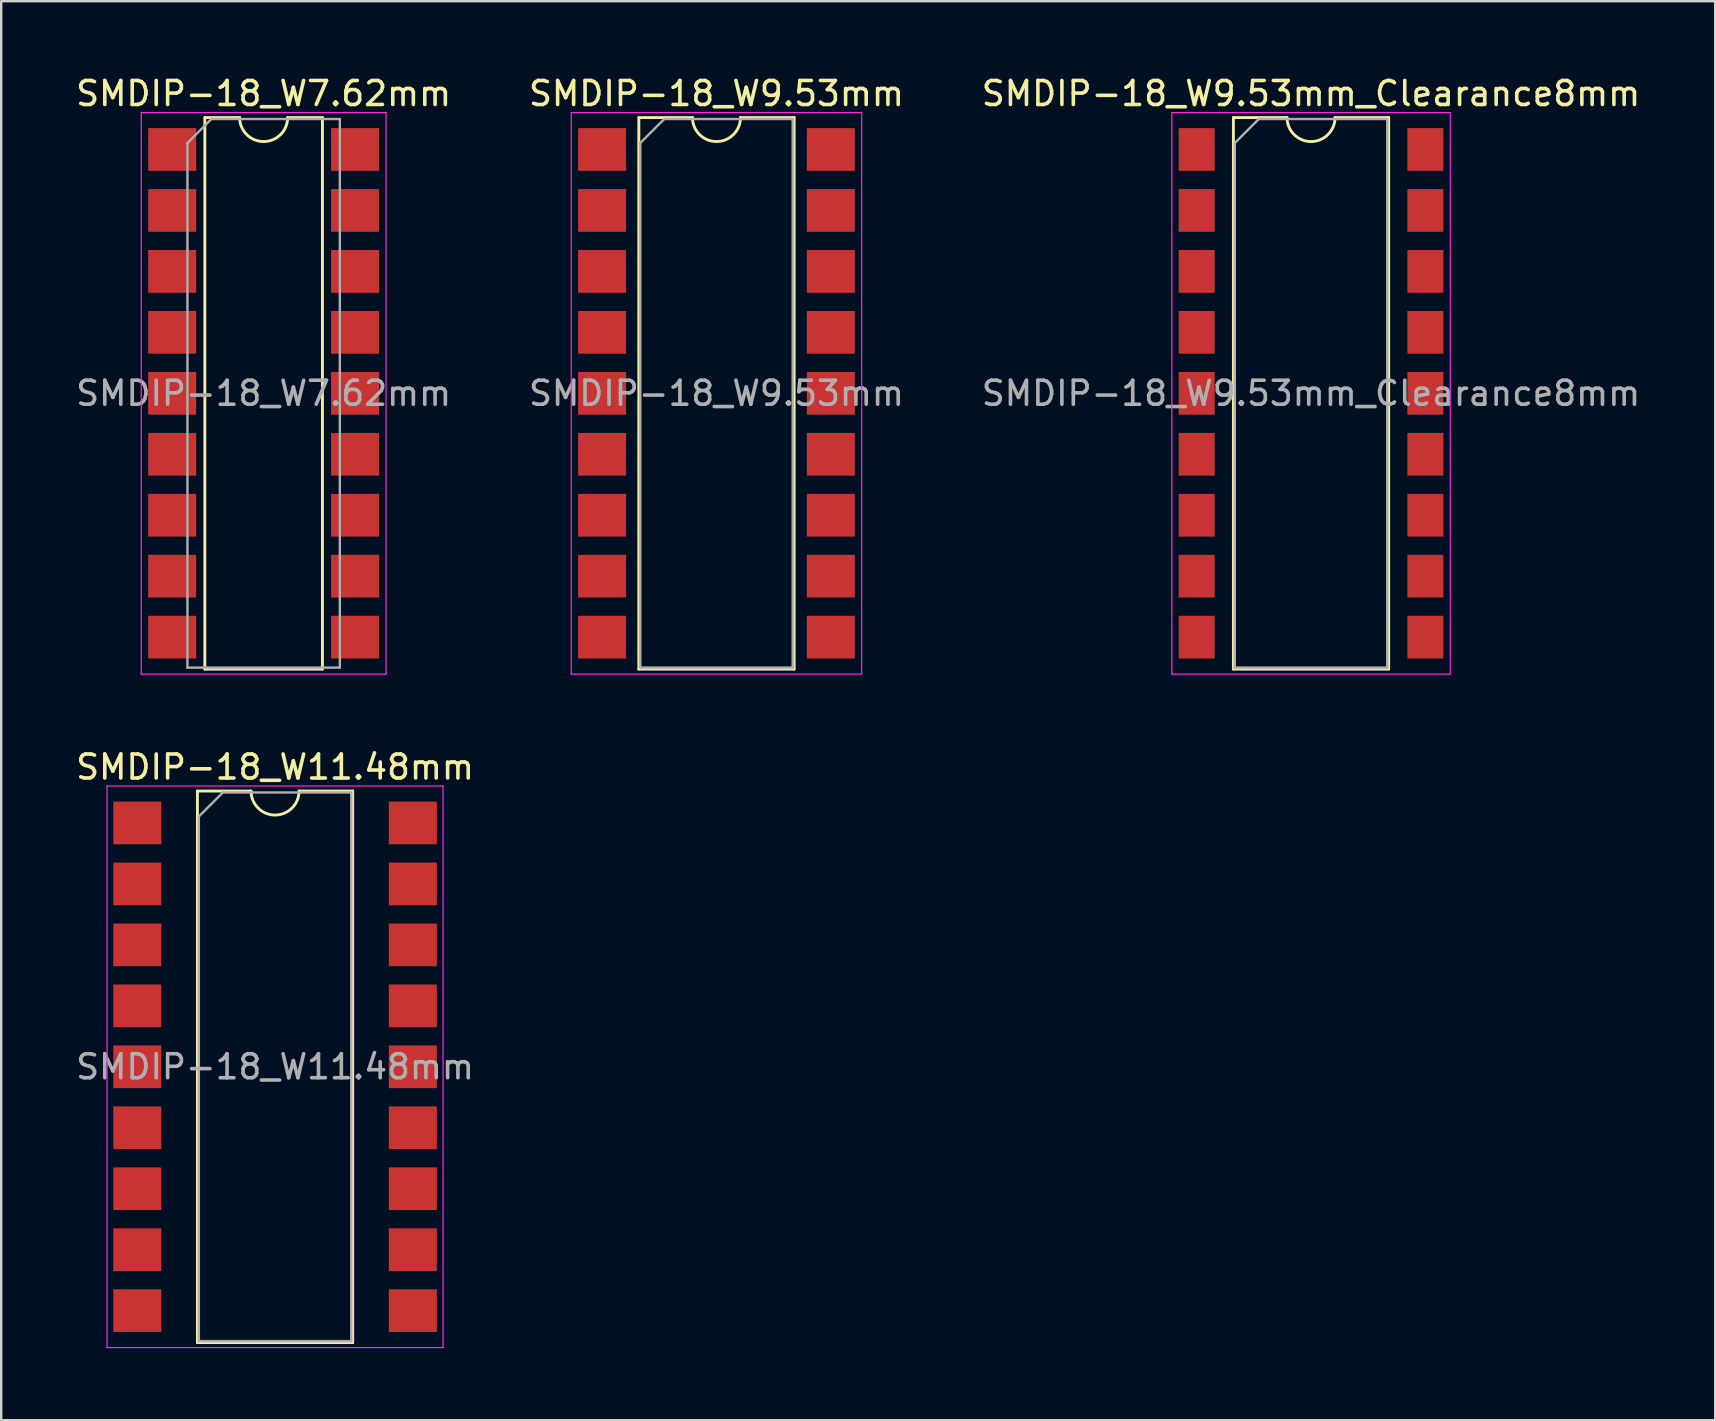
<source format=kicad_pcb>
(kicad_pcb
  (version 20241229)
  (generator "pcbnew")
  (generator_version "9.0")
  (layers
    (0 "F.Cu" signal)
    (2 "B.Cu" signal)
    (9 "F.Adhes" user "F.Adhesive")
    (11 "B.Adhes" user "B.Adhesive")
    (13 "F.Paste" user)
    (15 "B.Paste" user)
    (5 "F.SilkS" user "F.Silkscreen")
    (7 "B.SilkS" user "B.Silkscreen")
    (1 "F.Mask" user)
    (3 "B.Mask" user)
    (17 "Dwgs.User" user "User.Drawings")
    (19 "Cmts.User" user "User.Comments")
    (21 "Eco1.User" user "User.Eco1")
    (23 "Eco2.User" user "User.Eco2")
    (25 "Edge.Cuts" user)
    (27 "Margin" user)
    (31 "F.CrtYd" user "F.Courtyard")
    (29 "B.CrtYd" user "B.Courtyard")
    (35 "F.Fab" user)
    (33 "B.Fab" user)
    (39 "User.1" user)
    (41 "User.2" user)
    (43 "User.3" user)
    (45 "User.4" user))
  (footprint "SMDIP-18_W7.62mm"
    (layer "F.Cu")
    (at 7.935 13.338)
    (property "Reference" "SMDIP-18_W7.62mm" (at 0 -12.49 0) (layer "F.SilkS") (effects (font (size 1 1) (thickness 0.15))))
    (attr smd)
    (fp_line (start -2.45 -11.49) (end -2.45 11.49) (stroke (width 0.12) (type solid)) (layer "F.SilkS"))
    (fp_line (start -2.45 11.49) (end 2.45 11.49) (stroke (width 0.12) (type solid)) (layer "F.SilkS"))
    (fp_line (start -1 -11.49) (end -2.45 -11.49) (stroke (width 0.12) (type solid)) (layer "F.SilkS"))
    (fp_line (start 2.45 -11.49) (end 1 -11.49) (stroke (width 0.12) (type solid)) (layer "F.SilkS"))
    (fp_line (start 2.45 11.49) (end 2.45 -11.49) (stroke (width 0.12) (type solid)) (layer "F.SilkS"))
    (fp_arc (start 1 -11.49) (mid 0 -10.49) (end -1 -11.49) (stroke (width 0.12) (type solid)) (layer "F.SilkS"))
    (fp_line (start -5.1 -11.7) (end -5.1 11.7) (stroke (width 0.05) (type solid)) (layer "F.CrtYd"))
    (fp_line (start -5.1 11.7) (end 5.1 11.7) (stroke (width 0.05) (type solid)) (layer "F.CrtYd"))
    (fp_line (start 5.1 -11.7) (end -5.1 -11.7) (stroke (width 0.05) (type solid)) (layer "F.CrtYd"))
    (fp_line (start 5.1 11.7) (end 5.1 -11.7) (stroke (width 0.05) (type solid)) (layer "F.CrtYd"))
    (fp_line (start -3.175 -10.43) (end -2.175 -11.43) (stroke (width 0.1) (type solid)) (layer "F.Fab"))
    (fp_line (start -3.175 11.43) (end -3.175 -10.43) (stroke (width 0.1) (type solid)) (layer "F.Fab"))
    (fp_line (start -2.175 -11.43) (end 3.175 -11.43) (stroke (width 0.1) (type solid)) (layer "F.Fab"))
    (fp_line (start 3.175 -11.43) (end 3.175 11.43) (stroke (width 0.1) (type solid)) (layer "F.Fab"))
    (fp_line (start 3.175 11.43) (end -3.175 11.43) (stroke (width 0.1) (type solid)) (layer "F.Fab"))
    (fp_text user "${REFERENCE}" (at 0 0 0) (layer "F.Fab") (effects (font (size 1 1) (thickness 0.15))))
    (pad "1" smd rect (at -3.81 -10.16) (size 2 1.78) (layers "F.Cu" "F.Mask" "F.Paste"))
    (pad "2" smd rect (at -3.81 -7.62) (size 2 1.78) (layers "F.Cu" "F.Mask" "F.Paste"))
    (pad "3" smd rect (at -3.81 -5.08) (size 2 1.78) (layers "F.Cu" "F.Mask" "F.Paste"))
    (pad "4" smd rect (at -3.81 -2.54) (size 2 1.78) (layers "F.Cu" "F.Mask" "F.Paste"))
    (pad "5" smd rect (at -3.81 0) (size 2 1.78) (layers "F.Cu" "F.Mask" "F.Paste"))
    (pad "6" smd rect (at -3.81 2.54) (size 2 1.78) (layers "F.Cu" "F.Mask" "F.Paste"))
    (pad "7" smd rect (at -3.81 5.08) (size 2 1.78) (layers "F.Cu" "F.Mask" "F.Paste"))
    (pad "8" smd rect (at -3.81 7.62) (size 2 1.78) (layers "F.Cu" "F.Mask" "F.Paste"))
    (pad "9" smd rect (at -3.81 10.16) (size 2 1.78) (layers "F.Cu" "F.Mask" "F.Paste"))
    (pad "10" smd rect (at 3.81 10.16) (size 2 1.78) (layers "F.Cu" "F.Mask" "F.Paste"))
    (pad "11" smd rect (at 3.81 7.62) (size 2 1.78) (layers "F.Cu" "F.Mask" "F.Paste"))
    (pad "12" smd rect (at 3.81 5.08) (size 2 1.78) (layers "F.Cu" "F.Mask" "F.Paste"))
    (pad "13" smd rect (at 3.81 2.54) (size 2 1.78) (layers "F.Cu" "F.Mask" "F.Paste"))
    (pad "14" smd rect (at 3.81 0) (size 2 1.78) (layers "F.Cu" "F.Mask" "F.Paste"))
    (pad "15" smd rect (at 3.81 -2.54) (size 2 1.78) (layers "F.Cu" "F.Mask" "F.Paste"))
    (pad "16" smd rect (at 3.81 -5.08) (size 2 1.78) (layers "F.Cu" "F.Mask" "F.Paste"))
    (pad "17" smd rect (at 3.81 -7.62) (size 2 1.78) (layers "F.Cu" "F.Mask" "F.Paste"))
    (pad "18" smd rect (at 3.81 -10.16) (size 2 1.78) (layers "F.Cu" "F.Mask" "F.Paste")))
  (footprint "SMDIP-18_W9.53mm"
    (layer "F.Cu")
    (at 26.804 13.338)
    (property "Reference" "SMDIP-18_W9.53mm" (at 0 -12.49 0) (layer "F.SilkS") (effects (font (size 1 1) (thickness 0.15))))
    (attr smd)
    (fp_line (start -3.235 -11.49) (end -3.235 11.49) (stroke (width 0.12) (type solid)) (layer "F.SilkS"))
    (fp_line (start -3.235 11.49) (end 3.235 11.49) (stroke (width 0.12) (type solid)) (layer "F.SilkS"))
    (fp_line (start -1 -11.49) (end -3.235 -11.49) (stroke (width 0.12) (type solid)) (layer "F.SilkS"))
    (fp_line (start 3.235 -11.49) (end 1 -11.49) (stroke (width 0.12) (type solid)) (layer "F.SilkS"))
    (fp_line (start 3.235 11.49) (end 3.235 -11.49) (stroke (width 0.12) (type solid)) (layer "F.SilkS"))
    (fp_arc (start 1 -11.49) (mid 0 -10.49) (end -1 -11.49) (stroke (width 0.12) (type solid)) (layer "F.SilkS"))
    (fp_line (start -6.05 -11.7) (end -6.05 11.7) (stroke (width 0.05) (type solid)) (layer "F.CrtYd"))
    (fp_line (start -6.05 11.7) (end 6.05 11.7) (stroke (width 0.05) (type solid)) (layer "F.CrtYd"))
    (fp_line (start 6.05 -11.7) (end -6.05 -11.7) (stroke (width 0.05) (type solid)) (layer "F.CrtYd"))
    (fp_line (start 6.05 11.7) (end 6.05 -11.7) (stroke (width 0.05) (type solid)) (layer "F.CrtYd"))
    (fp_line (start -3.175 -10.43) (end -2.175 -11.43) (stroke (width 0.1) (type solid)) (layer "F.Fab"))
    (fp_line (start -3.175 11.43) (end -3.175 -10.43) (stroke (width 0.1) (type solid)) (layer "F.Fab"))
    (fp_line (start -2.175 -11.43) (end 3.175 -11.43) (stroke (width 0.1) (type solid)) (layer "F.Fab"))
    (fp_line (start 3.175 -11.43) (end 3.175 11.43) (stroke (width 0.1) (type solid)) (layer "F.Fab"))
    (fp_line (start 3.175 11.43) (end -3.175 11.43) (stroke (width 0.1) (type solid)) (layer "F.Fab"))
    (fp_text user "${REFERENCE}" (at 0 0 0) (layer "F.Fab") (effects (font (size 1 1) (thickness 0.15))))
    (pad "1" smd rect (at -4.765 -10.16) (size 2 1.78) (layers "F.Cu" "F.Mask" "F.Paste"))
    (pad "2" smd rect (at -4.765 -7.62) (size 2 1.78) (layers "F.Cu" "F.Mask" "F.Paste"))
    (pad "3" smd rect (at -4.765 -5.08) (size 2 1.78) (layers "F.Cu" "F.Mask" "F.Paste"))
    (pad "4" smd rect (at -4.765 -2.54) (size 2 1.78) (layers "F.Cu" "F.Mask" "F.Paste"))
    (pad "5" smd rect (at -4.765 0) (size 2 1.78) (layers "F.Cu" "F.Mask" "F.Paste"))
    (pad "6" smd rect (at -4.765 2.54) (size 2 1.78) (layers "F.Cu" "F.Mask" "F.Paste"))
    (pad "7" smd rect (at -4.765 5.08) (size 2 1.78) (layers "F.Cu" "F.Mask" "F.Paste"))
    (pad "8" smd rect (at -4.765 7.62) (size 2 1.78) (layers "F.Cu" "F.Mask" "F.Paste"))
    (pad "9" smd rect (at -4.765 10.16) (size 2 1.78) (layers "F.Cu" "F.Mask" "F.Paste"))
    (pad "10" smd rect (at 4.765 10.16) (size 2 1.78) (layers "F.Cu" "F.Mask" "F.Paste"))
    (pad "11" smd rect (at 4.765 7.62) (size 2 1.78) (layers "F.Cu" "F.Mask" "F.Paste"))
    (pad "12" smd rect (at 4.765 5.08) (size 2 1.78) (layers "F.Cu" "F.Mask" "F.Paste"))
    (pad "13" smd rect (at 4.765 2.54) (size 2 1.78) (layers "F.Cu" "F.Mask" "F.Paste"))
    (pad "14" smd rect (at 4.765 0) (size 2 1.78) (layers "F.Cu" "F.Mask" "F.Paste"))
    (pad "15" smd rect (at 4.765 -2.54) (size 2 1.78) (layers "F.Cu" "F.Mask" "F.Paste"))
    (pad "16" smd rect (at 4.765 -5.08) (size 2 1.78) (layers "F.Cu" "F.Mask" "F.Paste"))
    (pad "17" smd rect (at 4.765 -7.62) (size 2 1.78) (layers "F.Cu" "F.Mask" "F.Paste"))
    (pad "18" smd rect (at 4.765 -10.16) (size 2 1.78) (layers "F.Cu" "F.Mask" "F.Paste")))
  (footprint "SMDIP-18_W11.48mm"
    (layer "F.Cu")
    (at 8.411 41.401)
    (property "Reference" "SMDIP-18_W11.48mm" (at 0 -12.49 0) (layer "F.SilkS") (effects (font (size 1 1) (thickness 0.15))))
    (attr smd)
    (fp_line (start -3.235 -11.49) (end -3.235 11.49) (stroke (width 0.12) (type solid)) (layer "F.SilkS"))
    (fp_line (start -3.235 11.49) (end 3.235 11.49) (stroke (width 0.12) (type solid)) (layer "F.SilkS"))
    (fp_line (start -1 -11.49) (end -3.235 -11.49) (stroke (width 0.12) (type solid)) (layer "F.SilkS"))
    (fp_line (start 3.235 -11.49) (end 1 -11.49) (stroke (width 0.12) (type solid)) (layer "F.SilkS"))
    (fp_line (start 3.235 11.49) (end 3.235 -11.49) (stroke (width 0.12) (type solid)) (layer "F.SilkS"))
    (fp_arc (start 1 -11.49) (mid 0 -10.49) (end -1 -11.49) (stroke (width 0.12) (type solid)) (layer "F.SilkS"))
    (fp_line (start -7 -11.7) (end -7 11.7) (stroke (width 0.05) (type solid)) (layer "F.CrtYd"))
    (fp_line (start -7 11.7) (end 7 11.7) (stroke (width 0.05) (type solid)) (layer "F.CrtYd"))
    (fp_line (start 7 -11.7) (end -7 -11.7) (stroke (width 0.05) (type solid)) (layer "F.CrtYd"))
    (fp_line (start 7 11.7) (end 7 -11.7) (stroke (width 0.05) (type solid)) (layer "F.CrtYd"))
    (fp_line (start -3.175 -10.43) (end -2.175 -11.43) (stroke (width 0.1) (type solid)) (layer "F.Fab"))
    (fp_line (start -3.175 11.43) (end -3.175 -10.43) (stroke (width 0.1) (type solid)) (layer "F.Fab"))
    (fp_line (start -2.175 -11.43) (end 3.175 -11.43) (stroke (width 0.1) (type solid)) (layer "F.Fab"))
    (fp_line (start 3.175 -11.43) (end 3.175 11.43) (stroke (width 0.1) (type solid)) (layer "F.Fab"))
    (fp_line (start 3.175 11.43) (end -3.175 11.43) (stroke (width 0.1) (type solid)) (layer "F.Fab"))
    (fp_text user "${REFERENCE}" (at 0 0 0) (layer "F.Fab") (effects (font (size 1 1) (thickness 0.15))))
    (pad "1" smd rect (at -5.74 -10.16) (size 2 1.78) (layers "F.Cu" "F.Mask" "F.Paste"))
    (pad "2" smd rect (at -5.74 -7.62) (size 2 1.78) (layers "F.Cu" "F.Mask" "F.Paste"))
    (pad "3" smd rect (at -5.74 -5.08) (size 2 1.78) (layers "F.Cu" "F.Mask" "F.Paste"))
    (pad "4" smd rect (at -5.74 -2.54) (size 2 1.78) (layers "F.Cu" "F.Mask" "F.Paste"))
    (pad "5" smd rect (at -5.74 0) (size 2 1.78) (layers "F.Cu" "F.Mask" "F.Paste"))
    (pad "6" smd rect (at -5.74 2.54) (size 2 1.78) (layers "F.Cu" "F.Mask" "F.Paste"))
    (pad "7" smd rect (at -5.74 5.08) (size 2 1.78) (layers "F.Cu" "F.Mask" "F.Paste"))
    (pad "8" smd rect (at -5.74 7.62) (size 2 1.78) (layers "F.Cu" "F.Mask" "F.Paste"))
    (pad "9" smd rect (at -5.74 10.16) (size 2 1.78) (layers "F.Cu" "F.Mask" "F.Paste"))
    (pad "10" smd rect (at 5.74 10.16) (size 2 1.78) (layers "F.Cu" "F.Mask" "F.Paste"))
    (pad "11" smd rect (at 5.74 7.62) (size 2 1.78) (layers "F.Cu" "F.Mask" "F.Paste"))
    (pad "12" smd rect (at 5.74 5.08) (size 2 1.78) (layers "F.Cu" "F.Mask" "F.Paste"))
    (pad "13" smd rect (at 5.74 2.54) (size 2 1.78) (layers "F.Cu" "F.Mask" "F.Paste"))
    (pad "14" smd rect (at 5.74 0) (size 2 1.78) (layers "F.Cu" "F.Mask" "F.Paste"))
    (pad "15" smd rect (at 5.74 -2.54) (size 2 1.78) (layers "F.Cu" "F.Mask" "F.Paste"))
    (pad "16" smd rect (at 5.74 -5.08) (size 2 1.78) (layers "F.Cu" "F.Mask" "F.Paste"))
    (pad "17" smd rect (at 5.74 -7.62) (size 2 1.78) (layers "F.Cu" "F.Mask" "F.Paste"))
    (pad "18" smd rect (at 5.74 -10.16) (size 2 1.78) (layers "F.Cu" "F.Mask" "F.Paste")))
  (footprint "SMDIP-18_W9.53mm_Clearance8mm"
    (layer "F.Cu")
    (at 51.577 13.338)
    (property "Reference" "SMDIP-18_W9.53mm_Clearance8mm" (at 0 -12.49 0) (layer "F.SilkS") (effects (font (size 1 1) (thickness 0.15))))
    (attr smd)
    (fp_line (start -3.235 -11.49) (end -3.235 11.49) (stroke (width 0.12) (type solid)) (layer "F.SilkS"))
    (fp_line (start -3.235 11.49) (end 3.235 11.49) (stroke (width 0.12) (type solid)) (layer "F.SilkS"))
    (fp_line (start -1 -11.49) (end -3.235 -11.49) (stroke (width 0.12) (type solid)) (layer "F.SilkS"))
    (fp_line (start 3.235 -11.49) (end 1 -11.49) (stroke (width 0.12) (type solid)) (layer "F.SilkS"))
    (fp_line (start 3.235 11.49) (end 3.235 -11.49) (stroke (width 0.12) (type solid)) (layer "F.SilkS"))
    (fp_arc (start 1 -11.49) (mid 0 -10.49) (end -1 -11.49) (stroke (width 0.12) (type solid)) (layer "F.SilkS"))
    (fp_line (start -5.8 -11.7) (end -5.8 11.7) (stroke (width 0.05) (type solid)) (layer "F.CrtYd"))
    (fp_line (start -5.8 11.7) (end 5.8 11.7) (stroke (width 0.05) (type solid)) (layer "F.CrtYd"))
    (fp_line (start 5.8 -11.7) (end -5.8 -11.7) (stroke (width 0.05) (type solid)) (layer "F.CrtYd"))
    (fp_line (start 5.8 11.7) (end 5.8 -11.7) (stroke (width 0.05) (type solid)) (layer "F.CrtYd"))
    (fp_line (start -3.175 -10.43) (end -2.175 -11.43) (stroke (width 0.1) (type solid)) (layer "F.Fab"))
    (fp_line (start -3.175 11.43) (end -3.175 -10.43) (stroke (width 0.1) (type solid)) (layer "F.Fab"))
    (fp_line (start -2.175 -11.43) (end 3.175 -11.43) (stroke (width 0.1) (type solid)) (layer "F.Fab"))
    (fp_line (start 3.175 -11.43) (end 3.175 11.43) (stroke (width 0.1) (type solid)) (layer "F.Fab"))
    (fp_line (start 3.175 11.43) (end -3.175 11.43) (stroke (width 0.1) (type solid)) (layer "F.Fab"))
    (fp_text user "${REFERENCE}" (at 0 0 0) (layer "F.Fab") (effects (font (size 1 1) (thickness 0.15))))
    (pad "1" smd rect (at -4.765 -10.16) (size 1.5 1.78) (layers "F.Cu" "F.Mask" "F.Paste"))
    (pad "2" smd rect (at -4.765 -7.62) (size 1.5 1.78) (layers "F.Cu" "F.Mask" "F.Paste"))
    (pad "3" smd rect (at -4.765 -5.08) (size 1.5 1.78) (layers "F.Cu" "F.Mask" "F.Paste"))
    (pad "4" smd rect (at -4.765 -2.54) (size 1.5 1.78) (layers "F.Cu" "F.Mask" "F.Paste"))
    (pad "5" smd rect (at -4.765 0) (size 1.5 1.78) (layers "F.Cu" "F.Mask" "F.Paste"))
    (pad "6" smd rect (at -4.765 2.54) (size 1.5 1.78) (layers "F.Cu" "F.Mask" "F.Paste"))
    (pad "7" smd rect (at -4.765 5.08) (size 1.5 1.78) (layers "F.Cu" "F.Mask" "F.Paste"))
    (pad "8" smd rect (at -4.765 7.62) (size 1.5 1.78) (layers "F.Cu" "F.Mask" "F.Paste"))
    (pad "9" smd rect (at -4.765 10.16) (size 1.5 1.78) (layers "F.Cu" "F.Mask" "F.Paste"))
    (pad "10" smd rect (at 4.765 10.16) (size 1.5 1.78) (layers "F.Cu" "F.Mask" "F.Paste"))
    (pad "11" smd rect (at 4.765 7.62) (size 1.5 1.78) (layers "F.Cu" "F.Mask" "F.Paste"))
    (pad "12" smd rect (at 4.765 5.08) (size 1.5 1.78) (layers "F.Cu" "F.Mask" "F.Paste"))
    (pad "13" smd rect (at 4.765 2.54) (size 1.5 1.78) (layers "F.Cu" "F.Mask" "F.Paste"))
    (pad "14" smd rect (at 4.765 0) (size 1.5 1.78) (layers "F.Cu" "F.Mask" "F.Paste"))
    (pad "15" smd rect (at 4.765 -2.54) (size 1.5 1.78) (layers "F.Cu" "F.Mask" "F.Paste"))
    (pad "16" smd rect (at 4.765 -5.08) (size 1.5 1.78) (layers "F.Cu" "F.Mask" "F.Paste"))
    (pad "17" smd rect (at 4.765 -7.62) (size 1.5 1.78) (layers "F.Cu" "F.Mask" "F.Paste"))
    (pad "18" smd rect (at 4.765 -10.16) (size 1.5 1.78) (layers "F.Cu" "F.Mask" "F.Paste")))
  (gr_rect
    (start -3 -3)
    (end 68.417 56.127)
    (stroke (width 0.1) (type default))
    (fill no)
    (layer "Edge.Cuts")))
</source>
